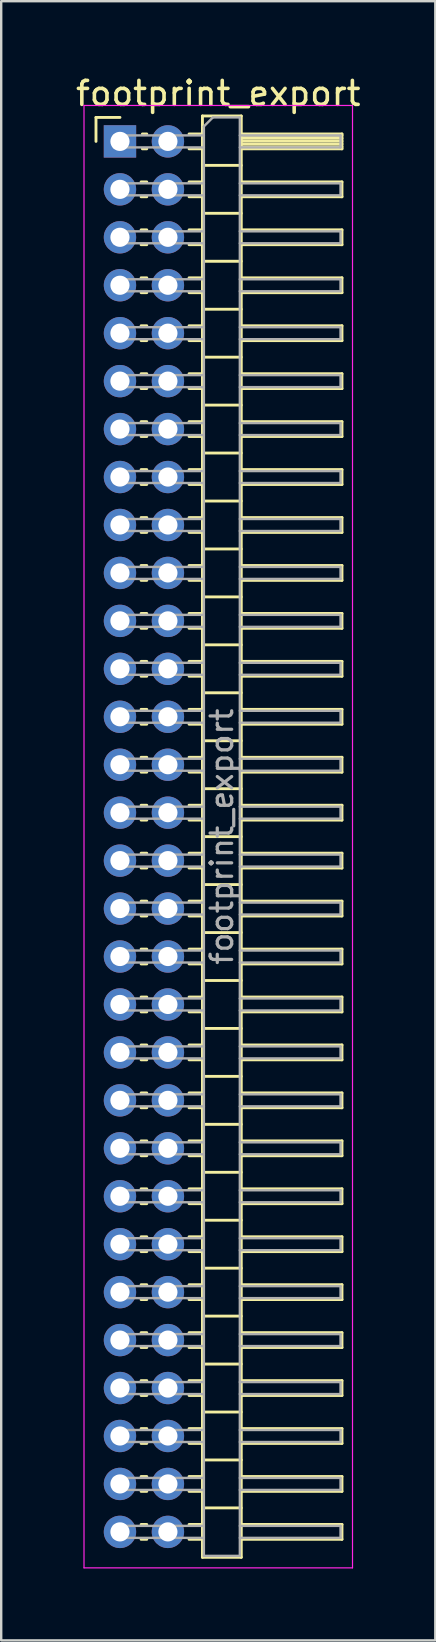
<source format=kicad_pcb>
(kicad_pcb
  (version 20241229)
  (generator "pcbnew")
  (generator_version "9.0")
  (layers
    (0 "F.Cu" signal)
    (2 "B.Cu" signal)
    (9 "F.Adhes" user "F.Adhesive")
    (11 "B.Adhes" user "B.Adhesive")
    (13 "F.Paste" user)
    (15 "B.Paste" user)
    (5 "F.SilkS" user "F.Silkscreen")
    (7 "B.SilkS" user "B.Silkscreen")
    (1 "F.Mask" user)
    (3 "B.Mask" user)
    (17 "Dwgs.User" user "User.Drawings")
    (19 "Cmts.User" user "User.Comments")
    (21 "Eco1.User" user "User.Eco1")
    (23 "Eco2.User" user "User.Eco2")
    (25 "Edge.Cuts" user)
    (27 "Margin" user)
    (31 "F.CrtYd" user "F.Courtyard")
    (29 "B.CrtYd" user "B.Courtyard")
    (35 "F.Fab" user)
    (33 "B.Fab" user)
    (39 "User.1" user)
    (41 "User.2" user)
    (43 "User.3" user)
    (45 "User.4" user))
  (footprint "footprint_export"
    (layer "F.Cu")
    (at 1.954 2.848)
    (property "Reference" "footprint_export" (at 4.1 -2 0) (layer "F.SilkS") (effects (font (size 1 1) (thickness 0.15))))
    (attr through_hole)
    (fp_line (start -1 -1) (end 0 -1) (stroke (width 0.12) (type solid)) (layer "F.SilkS"))
    (fp_line (start -1 0) (end -1 -1) (stroke (width 0.12) (type solid)) (layer "F.SilkS"))
    (fp_line (start 0.882 1.69) (end 1.118 1.69) (stroke (width 0.12) (type solid)) (layer "F.SilkS"))
    (fp_line (start 0.882 2.31) (end 1.118 2.31) (stroke (width 0.12) (type solid)) (layer "F.SilkS"))
    (fp_line (start 0.882 3.69) (end 1.118 3.69) (stroke (width 0.12) (type solid)) (layer "F.SilkS"))
    (fp_line (start 0.882 4.31) (end 1.118 4.31) (stroke (width 0.12) (type solid)) (layer "F.SilkS"))
    (fp_line (start 0.882 5.69) (end 1.118 5.69) (stroke (width 0.12) (type solid)) (layer "F.SilkS"))
    (fp_line (start 0.882 6.31) (end 1.118 6.31) (stroke (width 0.12) (type solid)) (layer "F.SilkS"))
    (fp_line (start 0.882 7.69) (end 1.118 7.69) (stroke (width 0.12) (type solid)) (layer "F.SilkS"))
    (fp_line (start 0.882 8.31) (end 1.118 8.31) (stroke (width 0.12) (type solid)) (layer "F.SilkS"))
    (fp_line (start 0.882 9.69) (end 1.118 9.69) (stroke (width 0.12) (type solid)) (layer "F.SilkS"))
    (fp_line (start 0.882 10.31) (end 1.118 10.31) (stroke (width 0.12) (type solid)) (layer "F.SilkS"))
    (fp_line (start 0.882 11.69) (end 1.118 11.69) (stroke (width 0.12) (type solid)) (layer "F.SilkS"))
    (fp_line (start 0.882 12.31) (end 1.118 12.31) (stroke (width 0.12) (type solid)) (layer "F.SilkS"))
    (fp_line (start 0.882 13.69) (end 1.118 13.69) (stroke (width 0.12) (type solid)) (layer "F.SilkS"))
    (fp_line (start 0.882 14.31) (end 1.118 14.31) (stroke (width 0.12) (type solid)) (layer "F.SilkS"))
    (fp_line (start 0.882 15.69) (end 1.118 15.69) (stroke (width 0.12) (type solid)) (layer "F.SilkS"))
    (fp_line (start 0.882 16.31) (end 1.118 16.31) (stroke (width 0.12) (type solid)) (layer "F.SilkS"))
    (fp_line (start 0.882 17.69) (end 1.118 17.69) (stroke (width 0.12) (type solid)) (layer "F.SilkS"))
    (fp_line (start 0.882 18.31) (end 1.118 18.31) (stroke (width 0.12) (type solid)) (layer "F.SilkS"))
    (fp_line (start 0.882 19.69) (end 1.118 19.69) (stroke (width 0.12) (type solid)) (layer "F.SilkS"))
    (fp_line (start 0.882 20.31) (end 1.118 20.31) (stroke (width 0.12) (type solid)) (layer "F.SilkS"))
    (fp_line (start 0.882 21.69) (end 1.118 21.69) (stroke (width 0.12) (type solid)) (layer "F.SilkS"))
    (fp_line (start 0.882 22.31) (end 1.118 22.31) (stroke (width 0.12) (type solid)) (layer "F.SilkS"))
    (fp_line (start 0.882 23.69) (end 1.118 23.69) (stroke (width 0.12) (type solid)) (layer "F.SilkS"))
    (fp_line (start 0.882 24.31) (end 1.118 24.31) (stroke (width 0.12) (type solid)) (layer "F.SilkS"))
    (fp_line (start 0.882 25.69) (end 1.118 25.69) (stroke (width 0.12) (type solid)) (layer "F.SilkS"))
    (fp_line (start 0.882 26.31) (end 1.118 26.31) (stroke (width 0.12) (type solid)) (layer "F.SilkS"))
    (fp_line (start 0.882 27.69) (end 1.118 27.69) (stroke (width 0.12) (type solid)) (layer "F.SilkS"))
    (fp_line (start 0.882 28.31) (end 1.118 28.31) (stroke (width 0.12) (type solid)) (layer "F.SilkS"))
    (fp_line (start 0.882 29.69) (end 1.118 29.69) (stroke (width 0.12) (type solid)) (layer "F.SilkS"))
    (fp_line (start 0.882 30.31) (end 1.118 30.31) (stroke (width 0.12) (type solid)) (layer "F.SilkS"))
    (fp_line (start 0.882 31.69) (end 1.118 31.69) (stroke (width 0.12) (type solid)) (layer "F.SilkS"))
    (fp_line (start 0.882 32.31) (end 1.118 32.31) (stroke (width 0.12) (type solid)) (layer "F.SilkS"))
    (fp_line (start 0.882 33.69) (end 1.118 33.69) (stroke (width 0.12) (type solid)) (layer "F.SilkS"))
    (fp_line (start 0.882 34.31) (end 1.118 34.31) (stroke (width 0.12) (type solid)) (layer "F.SilkS"))
    (fp_line (start 0.882 35.69) (end 1.118 35.69) (stroke (width 0.12) (type solid)) (layer "F.SilkS"))
    (fp_line (start 0.882 36.31) (end 1.118 36.31) (stroke (width 0.12) (type solid)) (layer "F.SilkS"))
    (fp_line (start 0.882 37.69) (end 1.118 37.69) (stroke (width 0.12) (type solid)) (layer "F.SilkS"))
    (fp_line (start 0.882 38.31) (end 1.118 38.31) (stroke (width 0.12) (type solid)) (layer "F.SilkS"))
    (fp_line (start 0.882 39.69) (end 1.118 39.69) (stroke (width 0.12) (type solid)) (layer "F.SilkS"))
    (fp_line (start 0.882 40.31) (end 1.118 40.31) (stroke (width 0.12) (type solid)) (layer "F.SilkS"))
    (fp_line (start 0.882 41.69) (end 1.118 41.69) (stroke (width 0.12) (type solid)) (layer "F.SilkS"))
    (fp_line (start 0.882 42.31) (end 1.118 42.31) (stroke (width 0.12) (type solid)) (layer "F.SilkS"))
    (fp_line (start 0.882 43.69) (end 1.118 43.69) (stroke (width 0.12) (type solid)) (layer "F.SilkS"))
    (fp_line (start 0.882 44.31) (end 1.118 44.31) (stroke (width 0.12) (type solid)) (layer "F.SilkS"))
    (fp_line (start 0.882 45.69) (end 1.118 45.69) (stroke (width 0.12) (type solid)) (layer "F.SilkS"))
    (fp_line (start 0.882 46.31) (end 1.118 46.31) (stroke (width 0.12) (type solid)) (layer "F.SilkS"))
    (fp_line (start 0.882 47.69) (end 1.118 47.69) (stroke (width 0.12) (type solid)) (layer "F.SilkS"))
    (fp_line (start 0.882 48.31) (end 1.118 48.31) (stroke (width 0.12) (type solid)) (layer "F.SilkS"))
    (fp_line (start 0.882 49.69) (end 1.118 49.69) (stroke (width 0.12) (type solid)) (layer "F.SilkS"))
    (fp_line (start 0.882 50.31) (end 1.118 50.31) (stroke (width 0.12) (type solid)) (layer "F.SilkS"))
    (fp_line (start 0.882 51.69) (end 1.118 51.69) (stroke (width 0.12) (type solid)) (layer "F.SilkS"))
    (fp_line (start 0.882 52.31) (end 1.118 52.31) (stroke (width 0.12) (type solid)) (layer "F.SilkS"))
    (fp_line (start 0.882 53.69) (end 1.118 53.69) (stroke (width 0.12) (type solid)) (layer "F.SilkS"))
    (fp_line (start 0.882 54.31) (end 1.118 54.31) (stroke (width 0.12) (type solid)) (layer "F.SilkS"))
    (fp_line (start 0.882 55.69) (end 1.118 55.69) (stroke (width 0.12) (type solid)) (layer "F.SilkS"))
    (fp_line (start 0.882 56.31) (end 1.118 56.31) (stroke (width 0.12) (type solid)) (layer "F.SilkS"))
    (fp_line (start 0.882 57.69) (end 1.118 57.69) (stroke (width 0.12) (type solid)) (layer "F.SilkS"))
    (fp_line (start 0.882 58.31) (end 1.118 58.31) (stroke (width 0.12) (type solid)) (layer "F.SilkS"))
    (fp_line (start 0.935 -0.31) (end 1.118 -0.31) (stroke (width 0.12) (type solid)) (layer "F.SilkS"))
    (fp_line (start 0.935 0.31) (end 1.118 0.31) (stroke (width 0.12) (type solid)) (layer "F.SilkS"))
    (fp_line (start 2.882 -0.31) (end 3.44 -0.31) (stroke (width 0.12) (type solid)) (layer "F.SilkS"))
    (fp_line (start 2.882 0.31) (end 3.44 0.31) (stroke (width 0.12) (type solid)) (layer "F.SilkS"))
    (fp_line (start 2.882 1.69) (end 3.44 1.69) (stroke (width 0.12) (type solid)) (layer "F.SilkS"))
    (fp_line (start 2.882 2.31) (end 3.44 2.31) (stroke (width 0.12) (type solid)) (layer "F.SilkS"))
    (fp_line (start 2.882 3.69) (end 3.44 3.69) (stroke (width 0.12) (type solid)) (layer "F.SilkS"))
    (fp_line (start 2.882 4.31) (end 3.44 4.31) (stroke (width 0.12) (type solid)) (layer "F.SilkS"))
    (fp_line (start 2.882 5.69) (end 3.44 5.69) (stroke (width 0.12) (type solid)) (layer "F.SilkS"))
    (fp_line (start 2.882 6.31) (end 3.44 6.31) (stroke (width 0.12) (type solid)) (layer "F.SilkS"))
    (fp_line (start 2.882 7.69) (end 3.44 7.69) (stroke (width 0.12) (type solid)) (layer "F.SilkS"))
    (fp_line (start 2.882 8.31) (end 3.44 8.31) (stroke (width 0.12) (type solid)) (layer "F.SilkS"))
    (fp_line (start 2.882 9.69) (end 3.44 9.69) (stroke (width 0.12) (type solid)) (layer "F.SilkS"))
    (fp_line (start 2.882 10.31) (end 3.44 10.31) (stroke (width 0.12) (type solid)) (layer "F.SilkS"))
    (fp_line (start 2.882 11.69) (end 3.44 11.69) (stroke (width 0.12) (type solid)) (layer "F.SilkS"))
    (fp_line (start 2.882 12.31) (end 3.44 12.31) (stroke (width 0.12) (type solid)) (layer "F.SilkS"))
    (fp_line (start 2.882 13.69) (end 3.44 13.69) (stroke (width 0.12) (type solid)) (layer "F.SilkS"))
    (fp_line (start 2.882 14.31) (end 3.44 14.31) (stroke (width 0.12) (type solid)) (layer "F.SilkS"))
    (fp_line (start 2.882 15.69) (end 3.44 15.69) (stroke (width 0.12) (type solid)) (layer "F.SilkS"))
    (fp_line (start 2.882 16.31) (end 3.44 16.31) (stroke (width 0.12) (type solid)) (layer "F.SilkS"))
    (fp_line (start 2.882 17.69) (end 3.44 17.69) (stroke (width 0.12) (type solid)) (layer "F.SilkS"))
    (fp_line (start 2.882 18.31) (end 3.44 18.31) (stroke (width 0.12) (type solid)) (layer "F.SilkS"))
    (fp_line (start 2.882 19.69) (end 3.44 19.69) (stroke (width 0.12) (type solid)) (layer "F.SilkS"))
    (fp_line (start 2.882 20.31) (end 3.44 20.31) (stroke (width 0.12) (type solid)) (layer "F.SilkS"))
    (fp_line (start 2.882 21.69) (end 3.44 21.69) (stroke (width 0.12) (type solid)) (layer "F.SilkS"))
    (fp_line (start 2.882 22.31) (end 3.44 22.31) (stroke (width 0.12) (type solid)) (layer "F.SilkS"))
    (fp_line (start 2.882 23.69) (end 3.44 23.69) (stroke (width 0.12) (type solid)) (layer "F.SilkS"))
    (fp_line (start 2.882 24.31) (end 3.44 24.31) (stroke (width 0.12) (type solid)) (layer "F.SilkS"))
    (fp_line (start 2.882 25.69) (end 3.44 25.69) (stroke (width 0.12) (type solid)) (layer "F.SilkS"))
    (fp_line (start 2.882 26.31) (end 3.44 26.31) (stroke (width 0.12) (type solid)) (layer "F.SilkS"))
    (fp_line (start 2.882 27.69) (end 3.44 27.69) (stroke (width 0.12) (type solid)) (layer "F.SilkS"))
    (fp_line (start 2.882 28.31) (end 3.44 28.31) (stroke (width 0.12) (type solid)) (layer "F.SilkS"))
    (fp_line (start 2.882 29.69) (end 3.44 29.69) (stroke (width 0.12) (type solid)) (layer "F.SilkS"))
    (fp_line (start 2.882 30.31) (end 3.44 30.31) (stroke (width 0.12) (type solid)) (layer "F.SilkS"))
    (fp_line (start 2.882 31.69) (end 3.44 31.69) (stroke (width 0.12) (type solid)) (layer "F.SilkS"))
    (fp_line (start 2.882 32.31) (end 3.44 32.31) (stroke (width 0.12) (type solid)) (layer "F.SilkS"))
    (fp_line (start 2.882 33.69) (end 3.44 33.69) (stroke (width 0.12) (type solid)) (layer "F.SilkS"))
    (fp_line (start 2.882 34.31) (end 3.44 34.31) (stroke (width 0.12) (type solid)) (layer "F.SilkS"))
    (fp_line (start 2.882 35.69) (end 3.44 35.69) (stroke (width 0.12) (type solid)) (layer "F.SilkS"))
    (fp_line (start 2.882 36.31) (end 3.44 36.31) (stroke (width 0.12) (type solid)) (layer "F.SilkS"))
    (fp_line (start 2.882 37.69) (end 3.44 37.69) (stroke (width 0.12) (type solid)) (layer "F.SilkS"))
    (fp_line (start 2.882 38.31) (end 3.44 38.31) (stroke (width 0.12) (type solid)) (layer "F.SilkS"))
    (fp_line (start 2.882 39.69) (end 3.44 39.69) (stroke (width 0.12) (type solid)) (layer "F.SilkS"))
    (fp_line (start 2.882 40.31) (end 3.44 40.31) (stroke (width 0.12) (type solid)) (layer "F.SilkS"))
    (fp_line (start 2.882 41.69) (end 3.44 41.69) (stroke (width 0.12) (type solid)) (layer "F.SilkS"))
    (fp_line (start 2.882 42.31) (end 3.44 42.31) (stroke (width 0.12) (type solid)) (layer "F.SilkS"))
    (fp_line (start 2.882 43.69) (end 3.44 43.69) (stroke (width 0.12) (type solid)) (layer "F.SilkS"))
    (fp_line (start 2.882 44.31) (end 3.44 44.31) (stroke (width 0.12) (type solid)) (layer "F.SilkS"))
    (fp_line (start 2.882 45.69) (end 3.44 45.69) (stroke (width 0.12) (type solid)) (layer "F.SilkS"))
    (fp_line (start 2.882 46.31) (end 3.44 46.31) (stroke (width 0.12) (type solid)) (layer "F.SilkS"))
    (fp_line (start 2.882 47.69) (end 3.44 47.69) (stroke (width 0.12) (type solid)) (layer "F.SilkS"))
    (fp_line (start 2.882 48.31) (end 3.44 48.31) (stroke (width 0.12) (type solid)) (layer "F.SilkS"))
    (fp_line (start 2.882 49.69) (end 3.44 49.69) (stroke (width 0.12) (type solid)) (layer "F.SilkS"))
    (fp_line (start 2.882 50.31) (end 3.44 50.31) (stroke (width 0.12) (type solid)) (layer "F.SilkS"))
    (fp_line (start 2.882 51.69) (end 3.44 51.69) (stroke (width 0.12) (type solid)) (layer "F.SilkS"))
    (fp_line (start 2.882 52.31) (end 3.44 52.31) (stroke (width 0.12) (type solid)) (layer "F.SilkS"))
    (fp_line (start 2.882 53.69) (end 3.44 53.69) (stroke (width 0.12) (type solid)) (layer "F.SilkS"))
    (fp_line (start 2.882 54.31) (end 3.44 54.31) (stroke (width 0.12) (type solid)) (layer "F.SilkS"))
    (fp_line (start 2.882 55.69) (end 3.44 55.69) (stroke (width 0.12) (type solid)) (layer "F.SilkS"))
    (fp_line (start 2.882 56.31) (end 3.44 56.31) (stroke (width 0.12) (type solid)) (layer "F.SilkS"))
    (fp_line (start 2.882 57.69) (end 3.44 57.69) (stroke (width 0.12) (type solid)) (layer "F.SilkS"))
    (fp_line (start 2.882 58.31) (end 3.44 58.31) (stroke (width 0.12) (type solid)) (layer "F.SilkS"))
    (fp_line (start 3.44 -1.06) (end 3.44 59.06) (stroke (width 0.12) (type solid)) (layer "F.SilkS"))
    (fp_line (start 3.44 1) (end 5.06 1) (stroke (width 0.12) (type solid)) (layer "F.SilkS"))
    (fp_line (start 3.44 3) (end 5.06 3) (stroke (width 0.12) (type solid)) (layer "F.SilkS"))
    (fp_line (start 3.44 5) (end 5.06 5) (stroke (width 0.12) (type solid)) (layer "F.SilkS"))
    (fp_line (start 3.44 7) (end 5.06 7) (stroke (width 0.12) (type solid)) (layer "F.SilkS"))
    (fp_line (start 3.44 9) (end 5.06 9) (stroke (width 0.12) (type solid)) (layer "F.SilkS"))
    (fp_line (start 3.44 11) (end 5.06 11) (stroke (width 0.12) (type solid)) (layer "F.SilkS"))
    (fp_line (start 3.44 13) (end 5.06 13) (stroke (width 0.12) (type solid)) (layer "F.SilkS"))
    (fp_line (start 3.44 15) (end 5.06 15) (stroke (width 0.12) (type solid)) (layer "F.SilkS"))
    (fp_line (start 3.44 17) (end 5.06 17) (stroke (width 0.12) (type solid)) (layer "F.SilkS"))
    (fp_line (start 3.44 19) (end 5.06 19) (stroke (width 0.12) (type solid)) (layer "F.SilkS"))
    (fp_line (start 3.44 21) (end 5.06 21) (stroke (width 0.12) (type solid)) (layer "F.SilkS"))
    (fp_line (start 3.44 23) (end 5.06 23) (stroke (width 0.12) (type solid)) (layer "F.SilkS"))
    (fp_line (start 3.44 25) (end 5.06 25) (stroke (width 0.12) (type solid)) (layer "F.SilkS"))
    (fp_line (start 3.44 27) (end 5.06 27) (stroke (width 0.12) (type solid)) (layer "F.SilkS"))
    (fp_line (start 3.44 29) (end 5.06 29) (stroke (width 0.12) (type solid)) (layer "F.SilkS"))
    (fp_line (start 3.44 31) (end 5.06 31) (stroke (width 0.12) (type solid)) (layer "F.SilkS"))
    (fp_line (start 3.44 33) (end 5.06 33) (stroke (width 0.12) (type solid)) (layer "F.SilkS"))
    (fp_line (start 3.44 35) (end 5.06 35) (stroke (width 0.12) (type solid)) (layer "F.SilkS"))
    (fp_line (start 3.44 37) (end 5.06 37) (stroke (width 0.12) (type solid)) (layer "F.SilkS"))
    (fp_line (start 3.44 39) (end 5.06 39) (stroke (width 0.12) (type solid)) (layer "F.SilkS"))
    (fp_line (start 3.44 41) (end 5.06 41) (stroke (width 0.12) (type solid)) (layer "F.SilkS"))
    (fp_line (start 3.44 43) (end 5.06 43) (stroke (width 0.12) (type solid)) (layer "F.SilkS"))
    (fp_line (start 3.44 45) (end 5.06 45) (stroke (width 0.12) (type solid)) (layer "F.SilkS"))
    (fp_line (start 3.44 47) (end 5.06 47) (stroke (width 0.12) (type solid)) (layer "F.SilkS"))
    (fp_line (start 3.44 49) (end 5.06 49) (stroke (width 0.12) (type solid)) (layer "F.SilkS"))
    (fp_line (start 3.44 51) (end 5.06 51) (stroke (width 0.12) (type solid)) (layer "F.SilkS"))
    (fp_line (start 3.44 53) (end 5.06 53) (stroke (width 0.12) (type solid)) (layer "F.SilkS"))
    (fp_line (start 3.44 55) (end 5.06 55) (stroke (width 0.12) (type solid)) (layer "F.SilkS"))
    (fp_line (start 3.44 57) (end 5.06 57) (stroke (width 0.12) (type solid)) (layer "F.SilkS"))
    (fp_line (start 3.44 59.06) (end 5.06 59.06) (stroke (width 0.12) (type solid)) (layer "F.SilkS"))
    (fp_line (start 5.06 -1.06) (end 3.44 -1.06) (stroke (width 0.12) (type solid)) (layer "F.SilkS"))
    (fp_line (start 5.06 -0.31) (end 9.26 -0.31) (stroke (width 0.12) (type solid)) (layer "F.SilkS"))
    (fp_line (start 5.06 -0.25) (end 9.26 -0.25) (stroke (width 0.12) (type solid)) (layer "F.SilkS"))
    (fp_line (start 5.06 -0.13) (end 9.26 -0.13) (stroke (width 0.12) (type solid)) (layer "F.SilkS"))
    (fp_line (start 5.06 -0.01) (end 9.26 -0.01) (stroke (width 0.12) (type solid)) (layer "F.SilkS"))
    (fp_line (start 5.06 0.11) (end 9.26 0.11) (stroke (width 0.12) (type solid)) (layer "F.SilkS"))
    (fp_line (start 5.06 0.23) (end 9.26 0.23) (stroke (width 0.12) (type solid)) (layer "F.SilkS"))
    (fp_line (start 5.06 1.69) (end 9.26 1.69) (stroke (width 0.12) (type solid)) (layer "F.SilkS"))
    (fp_line (start 5.06 3.69) (end 9.26 3.69) (stroke (width 0.12) (type solid)) (layer "F.SilkS"))
    (fp_line (start 5.06 5.69) (end 9.26 5.69) (stroke (width 0.12) (type solid)) (layer "F.SilkS"))
    (fp_line (start 5.06 7.69) (end 9.26 7.69) (stroke (width 0.12) (type solid)) (layer "F.SilkS"))
    (fp_line (start 5.06 9.69) (end 9.26 9.69) (stroke (width 0.12) (type solid)) (layer "F.SilkS"))
    (fp_line (start 5.06 11.69) (end 9.26 11.69) (stroke (width 0.12) (type solid)) (layer "F.SilkS"))
    (fp_line (start 5.06 13.69) (end 9.26 13.69) (stroke (width 0.12) (type solid)) (layer "F.SilkS"))
    (fp_line (start 5.06 15.69) (end 9.26 15.69) (stroke (width 0.12) (type solid)) (layer "F.SilkS"))
    (fp_line (start 5.06 17.69) (end 9.26 17.69) (stroke (width 0.12) (type solid)) (layer "F.SilkS"))
    (fp_line (start 5.06 19.69) (end 9.26 19.69) (stroke (width 0.12) (type solid)) (layer "F.SilkS"))
    (fp_line (start 5.06 21.69) (end 9.26 21.69) (stroke (width 0.12) (type solid)) (layer "F.SilkS"))
    (fp_line (start 5.06 23.69) (end 9.26 23.69) (stroke (width 0.12) (type solid)) (layer "F.SilkS"))
    (fp_line (start 5.06 25.69) (end 9.26 25.69) (stroke (width 0.12) (type solid)) (layer "F.SilkS"))
    (fp_line (start 5.06 27.69) (end 9.26 27.69) (stroke (width 0.12) (type solid)) (layer "F.SilkS"))
    (fp_line (start 5.06 29.69) (end 9.26 29.69) (stroke (width 0.12) (type solid)) (layer "F.SilkS"))
    (fp_line (start 5.06 31.69) (end 9.26 31.69) (stroke (width 0.12) (type solid)) (layer "F.SilkS"))
    (fp_line (start 5.06 33.69) (end 9.26 33.69) (stroke (width 0.12) (type solid)) (layer "F.SilkS"))
    (fp_line (start 5.06 35.69) (end 9.26 35.69) (stroke (width 0.12) (type solid)) (layer "F.SilkS"))
    (fp_line (start 5.06 37.69) (end 9.26 37.69) (stroke (width 0.12) (type solid)) (layer "F.SilkS"))
    (fp_line (start 5.06 39.69) (end 9.26 39.69) (stroke (width 0.12) (type solid)) (layer "F.SilkS"))
    (fp_line (start 5.06 41.69) (end 9.26 41.69) (stroke (width 0.12) (type solid)) (layer "F.SilkS"))
    (fp_line (start 5.06 43.69) (end 9.26 43.69) (stroke (width 0.12) (type solid)) (layer "F.SilkS"))
    (fp_line (start 5.06 45.69) (end 9.26 45.69) (stroke (width 0.12) (type solid)) (layer "F.SilkS"))
    (fp_line (start 5.06 47.69) (end 9.26 47.69) (stroke (width 0.12) (type solid)) (layer "F.SilkS"))
    (fp_line (start 5.06 49.69) (end 9.26 49.69) (stroke (width 0.12) (type solid)) (layer "F.SilkS"))
    (fp_line (start 5.06 51.69) (end 9.26 51.69) (stroke (width 0.12) (type solid)) (layer "F.SilkS"))
    (fp_line (start 5.06 53.69) (end 9.26 53.69) (stroke (width 0.12) (type solid)) (layer "F.SilkS"))
    (fp_line (start 5.06 55.69) (end 9.26 55.69) (stroke (width 0.12) (type solid)) (layer "F.SilkS"))
    (fp_line (start 5.06 57.69) (end 9.26 57.69) (stroke (width 0.12) (type solid)) (layer "F.SilkS"))
    (fp_line (start 5.06 59.06) (end 5.06 -1.06) (stroke (width 0.12) (type solid)) (layer "F.SilkS"))
    (fp_line (start 9.26 -0.31) (end 9.26 0.31) (stroke (width 0.12) (type solid)) (layer "F.SilkS"))
    (fp_line (start 9.26 0.31) (end 5.06 0.31) (stroke (width 0.12) (type solid)) (layer "F.SilkS"))
    (fp_line (start 9.26 1.69) (end 9.26 2.31) (stroke (width 0.12) (type solid)) (layer "F.SilkS"))
    (fp_line (start 9.26 2.31) (end 5.06 2.31) (stroke (width 0.12) (type solid)) (layer "F.SilkS"))
    (fp_line (start 9.26 3.69) (end 9.26 4.31) (stroke (width 0.12) (type solid)) (layer "F.SilkS"))
    (fp_line (start 9.26 4.31) (end 5.06 4.31) (stroke (width 0.12) (type solid)) (layer "F.SilkS"))
    (fp_line (start 9.26 5.69) (end 9.26 6.31) (stroke (width 0.12) (type solid)) (layer "F.SilkS"))
    (fp_line (start 9.26 6.31) (end 5.06 6.31) (stroke (width 0.12) (type solid)) (layer "F.SilkS"))
    (fp_line (start 9.26 7.69) (end 9.26 8.31) (stroke (width 0.12) (type solid)) (layer "F.SilkS"))
    (fp_line (start 9.26 8.31) (end 5.06 8.31) (stroke (width 0.12) (type solid)) (layer "F.SilkS"))
    (fp_line (start 9.26 9.69) (end 9.26 10.31) (stroke (width 0.12) (type solid)) (layer "F.SilkS"))
    (fp_line (start 9.26 10.31) (end 5.06 10.31) (stroke (width 0.12) (type solid)) (layer "F.SilkS"))
    (fp_line (start 9.26 11.69) (end 9.26 12.31) (stroke (width 0.12) (type solid)) (layer "F.SilkS"))
    (fp_line (start 9.26 12.31) (end 5.06 12.31) (stroke (width 0.12) (type solid)) (layer "F.SilkS"))
    (fp_line (start 9.26 13.69) (end 9.26 14.31) (stroke (width 0.12) (type solid)) (layer "F.SilkS"))
    (fp_line (start 9.26 14.31) (end 5.06 14.31) (stroke (width 0.12) (type solid)) (layer "F.SilkS"))
    (fp_line (start 9.26 15.69) (end 9.26 16.31) (stroke (width 0.12) (type solid)) (layer "F.SilkS"))
    (fp_line (start 9.26 16.31) (end 5.06 16.31) (stroke (width 0.12) (type solid)) (layer "F.SilkS"))
    (fp_line (start 9.26 17.69) (end 9.26 18.31) (stroke (width 0.12) (type solid)) (layer "F.SilkS"))
    (fp_line (start 9.26 18.31) (end 5.06 18.31) (stroke (width 0.12) (type solid)) (layer "F.SilkS"))
    (fp_line (start 9.26 19.69) (end 9.26 20.31) (stroke (width 0.12) (type solid)) (layer "F.SilkS"))
    (fp_line (start 9.26 20.31) (end 5.06 20.31) (stroke (width 0.12) (type solid)) (layer "F.SilkS"))
    (fp_line (start 9.26 21.69) (end 9.26 22.31) (stroke (width 0.12) (type solid)) (layer "F.SilkS"))
    (fp_line (start 9.26 22.31) (end 5.06 22.31) (stroke (width 0.12) (type solid)) (layer "F.SilkS"))
    (fp_line (start 9.26 23.69) (end 9.26 24.31) (stroke (width 0.12) (type solid)) (layer "F.SilkS"))
    (fp_line (start 9.26 24.31) (end 5.06 24.31) (stroke (width 0.12) (type solid)) (layer "F.SilkS"))
    (fp_line (start 9.26 25.69) (end 9.26 26.31) (stroke (width 0.12) (type solid)) (layer "F.SilkS"))
    (fp_line (start 9.26 26.31) (end 5.06 26.31) (stroke (width 0.12) (type solid)) (layer "F.SilkS"))
    (fp_line (start 9.26 27.69) (end 9.26 28.31) (stroke (width 0.12) (type solid)) (layer "F.SilkS"))
    (fp_line (start 9.26 28.31) (end 5.06 28.31) (stroke (width 0.12) (type solid)) (layer "F.SilkS"))
    (fp_line (start 9.26 29.69) (end 9.26 30.31) (stroke (width 0.12) (type solid)) (layer "F.SilkS"))
    (fp_line (start 9.26 30.31) (end 5.06 30.31) (stroke (width 0.12) (type solid)) (layer "F.SilkS"))
    (fp_line (start 9.26 31.69) (end 9.26 32.31) (stroke (width 0.12) (type solid)) (layer "F.SilkS"))
    (fp_line (start 9.26 32.31) (end 5.06 32.31) (stroke (width 0.12) (type solid)) (layer "F.SilkS"))
    (fp_line (start 9.26 33.69) (end 9.26 34.31) (stroke (width 0.12) (type solid)) (layer "F.SilkS"))
    (fp_line (start 9.26 34.31) (end 5.06 34.31) (stroke (width 0.12) (type solid)) (layer "F.SilkS"))
    (fp_line (start 9.26 35.69) (end 9.26 36.31) (stroke (width 0.12) (type solid)) (layer "F.SilkS"))
    (fp_line (start 9.26 36.31) (end 5.06 36.31) (stroke (width 0.12) (type solid)) (layer "F.SilkS"))
    (fp_line (start 9.26 37.69) (end 9.26 38.31) (stroke (width 0.12) (type solid)) (layer "F.SilkS"))
    (fp_line (start 9.26 38.31) (end 5.06 38.31) (stroke (width 0.12) (type solid)) (layer "F.SilkS"))
    (fp_line (start 9.26 39.69) (end 9.26 40.31) (stroke (width 0.12) (type solid)) (layer "F.SilkS"))
    (fp_line (start 9.26 40.31) (end 5.06 40.31) (stroke (width 0.12) (type solid)) (layer "F.SilkS"))
    (fp_line (start 9.26 41.69) (end 9.26 42.31) (stroke (width 0.12) (type solid)) (layer "F.SilkS"))
    (fp_line (start 9.26 42.31) (end 5.06 42.31) (stroke (width 0.12) (type solid)) (layer "F.SilkS"))
    (fp_line (start 9.26 43.69) (end 9.26 44.31) (stroke (width 0.12) (type solid)) (layer "F.SilkS"))
    (fp_line (start 9.26 44.31) (end 5.06 44.31) (stroke (width 0.12) (type solid)) (layer "F.SilkS"))
    (fp_line (start 9.26 45.69) (end 9.26 46.31) (stroke (width 0.12) (type solid)) (layer "F.SilkS"))
    (fp_line (start 9.26 46.31) (end 5.06 46.31) (stroke (width 0.12) (type solid)) (layer "F.SilkS"))
    (fp_line (start 9.26 47.69) (end 9.26 48.31) (stroke (width 0.12) (type solid)) (layer "F.SilkS"))
    (fp_line (start 9.26 48.31) (end 5.06 48.31) (stroke (width 0.12) (type solid)) (layer "F.SilkS"))
    (fp_line (start 9.26 49.69) (end 9.26 50.31) (stroke (width 0.12) (type solid)) (layer "F.SilkS"))
    (fp_line (start 9.26 50.31) (end 5.06 50.31) (stroke (width 0.12) (type solid)) (layer "F.SilkS"))
    (fp_line (start 9.26 51.69) (end 9.26 52.31) (stroke (width 0.12) (type solid)) (layer "F.SilkS"))
    (fp_line (start 9.26 52.31) (end 5.06 52.31) (stroke (width 0.12) (type solid)) (layer "F.SilkS"))
    (fp_line (start 9.26 53.69) (end 9.26 54.31) (stroke (width 0.12) (type solid)) (layer "F.SilkS"))
    (fp_line (start 9.26 54.31) (end 5.06 54.31) (stroke (width 0.12) (type solid)) (layer "F.SilkS"))
    (fp_line (start 9.26 55.69) (end 9.26 56.31) (stroke (width 0.12) (type solid)) (layer "F.SilkS"))
    (fp_line (start 9.26 56.31) (end 5.06 56.31) (stroke (width 0.12) (type solid)) (layer "F.SilkS"))
    (fp_line (start 9.26 57.69) (end 9.26 58.31) (stroke (width 0.12) (type solid)) (layer "F.SilkS"))
    (fp_line (start 9.26 58.31) (end 5.06 58.31) (stroke (width 0.12) (type solid)) (layer "F.SilkS"))
    (fp_line (start -1.5 -1.5) (end -1.5 59.5) (stroke (width 0.05) (type solid)) (layer "F.CrtYd"))
    (fp_line (start -1.5 59.5) (end 9.7 59.5) (stroke (width 0.05) (type solid)) (layer "F.CrtYd"))
    (fp_line (start 9.7 -1.5) (end -1.5 -1.5) (stroke (width 0.05) (type solid)) (layer "F.CrtYd"))
    (fp_line (start 9.7 59.5) (end 9.7 -1.5) (stroke (width 0.05) (type solid)) (layer "F.CrtYd"))
    (fp_line (start -0.25 -0.25) (end -0.25 0.25) (stroke (width 0.1) (type solid)) (layer "F.Fab"))
    (fp_line (start -0.25 -0.25) (end 3.5 -0.25) (stroke (width 0.1) (type solid)) (layer "F.Fab"))
    (fp_line (start -0.25 0.25) (end 3.5 0.25) (stroke (width 0.1) (type solid)) (layer "F.Fab"))
    (fp_line (start -0.25 1.75) (end -0.25 2.25) (stroke (width 0.1) (type solid)) (layer "F.Fab"))
    (fp_line (start -0.25 1.75) (end 3.5 1.75) (stroke (width 0.1) (type solid)) (layer "F.Fab"))
    (fp_line (start -0.25 2.25) (end 3.5 2.25) (stroke (width 0.1) (type solid)) (layer "F.Fab"))
    (fp_line (start -0.25 3.75) (end -0.25 4.25) (stroke (width 0.1) (type solid)) (layer "F.Fab"))
    (fp_line (start -0.25 3.75) (end 3.5 3.75) (stroke (width 0.1) (type solid)) (layer "F.Fab"))
    (fp_line (start -0.25 4.25) (end 3.5 4.25) (stroke (width 0.1) (type solid)) (layer "F.Fab"))
    (fp_line (start -0.25 5.75) (end -0.25 6.25) (stroke (width 0.1) (type solid)) (layer "F.Fab"))
    (fp_line (start -0.25 5.75) (end 3.5 5.75) (stroke (width 0.1) (type solid)) (layer "F.Fab"))
    (fp_line (start -0.25 6.25) (end 3.5 6.25) (stroke (width 0.1) (type solid)) (layer "F.Fab"))
    (fp_line (start -0.25 7.75) (end -0.25 8.25) (stroke (width 0.1) (type solid)) (layer "F.Fab"))
    (fp_line (start -0.25 7.75) (end 3.5 7.75) (stroke (width 0.1) (type solid)) (layer "F.Fab"))
    (fp_line (start -0.25 8.25) (end 3.5 8.25) (stroke (width 0.1) (type solid)) (layer "F.Fab"))
    (fp_line (start -0.25 9.75) (end -0.25 10.25) (stroke (width 0.1) (type solid)) (layer "F.Fab"))
    (fp_line (start -0.25 9.75) (end 3.5 9.75) (stroke (width 0.1) (type solid)) (layer "F.Fab"))
    (fp_line (start -0.25 10.25) (end 3.5 10.25) (stroke (width 0.1) (type solid)) (layer "F.Fab"))
    (fp_line (start -0.25 11.75) (end -0.25 12.25) (stroke (width 0.1) (type solid)) (layer "F.Fab"))
    (fp_line (start -0.25 11.75) (end 3.5 11.75) (stroke (width 0.1) (type solid)) (layer "F.Fab"))
    (fp_line (start -0.25 12.25) (end 3.5 12.25) (stroke (width 0.1) (type solid)) (layer "F.Fab"))
    (fp_line (start -0.25 13.75) (end -0.25 14.25) (stroke (width 0.1) (type solid)) (layer "F.Fab"))
    (fp_line (start -0.25 13.75) (end 3.5 13.75) (stroke (width 0.1) (type solid)) (layer "F.Fab"))
    (fp_line (start -0.25 14.25) (end 3.5 14.25) (stroke (width 0.1) (type solid)) (layer "F.Fab"))
    (fp_line (start -0.25 15.75) (end -0.25 16.25) (stroke (width 0.1) (type solid)) (layer "F.Fab"))
    (fp_line (start -0.25 15.75) (end 3.5 15.75) (stroke (width 0.1) (type solid)) (layer "F.Fab"))
    (fp_line (start -0.25 16.25) (end 3.5 16.25) (stroke (width 0.1) (type solid)) (layer "F.Fab"))
    (fp_line (start -0.25 17.75) (end -0.25 18.25) (stroke (width 0.1) (type solid)) (layer "F.Fab"))
    (fp_line (start -0.25 17.75) (end 3.5 17.75) (stroke (width 0.1) (type solid)) (layer "F.Fab"))
    (fp_line (start -0.25 18.25) (end 3.5 18.25) (stroke (width 0.1) (type solid)) (layer "F.Fab"))
    (fp_line (start -0.25 19.75) (end -0.25 20.25) (stroke (width 0.1) (type solid)) (layer "F.Fab"))
    (fp_line (start -0.25 19.75) (end 3.5 19.75) (stroke (width 0.1) (type solid)) (layer "F.Fab"))
    (fp_line (start -0.25 20.25) (end 3.5 20.25) (stroke (width 0.1) (type solid)) (layer "F.Fab"))
    (fp_line (start -0.25 21.75) (end -0.25 22.25) (stroke (width 0.1) (type solid)) (layer "F.Fab"))
    (fp_line (start -0.25 21.75) (end 3.5 21.75) (stroke (width 0.1) (type solid)) (layer "F.Fab"))
    (fp_line (start -0.25 22.25) (end 3.5 22.25) (stroke (width 0.1) (type solid)) (layer "F.Fab"))
    (fp_line (start -0.25 23.75) (end -0.25 24.25) (stroke (width 0.1) (type solid)) (layer "F.Fab"))
    (fp_line (start -0.25 23.75) (end 3.5 23.75) (stroke (width 0.1) (type solid)) (layer "F.Fab"))
    (fp_line (start -0.25 24.25) (end 3.5 24.25) (stroke (width 0.1) (type solid)) (layer "F.Fab"))
    (fp_line (start -0.25 25.75) (end -0.25 26.25) (stroke (width 0.1) (type solid)) (layer "F.Fab"))
    (fp_line (start -0.25 25.75) (end 3.5 25.75) (stroke (width 0.1) (type solid)) (layer "F.Fab"))
    (fp_line (start -0.25 26.25) (end 3.5 26.25) (stroke (width 0.1) (type solid)) (layer "F.Fab"))
    (fp_line (start -0.25 27.75) (end -0.25 28.25) (stroke (width 0.1) (type solid)) (layer "F.Fab"))
    (fp_line (start -0.25 27.75) (end 3.5 27.75) (stroke (width 0.1) (type solid)) (layer "F.Fab"))
    (fp_line (start -0.25 28.25) (end 3.5 28.25) (stroke (width 0.1) (type solid)) (layer "F.Fab"))
    (fp_line (start -0.25 29.75) (end -0.25 30.25) (stroke (width 0.1) (type solid)) (layer "F.Fab"))
    (fp_line (start -0.25 29.75) (end 3.5 29.75) (stroke (width 0.1) (type solid)) (layer "F.Fab"))
    (fp_line (start -0.25 30.25) (end 3.5 30.25) (stroke (width 0.1) (type solid)) (layer "F.Fab"))
    (fp_line (start -0.25 31.75) (end -0.25 32.25) (stroke (width 0.1) (type solid)) (layer "F.Fab"))
    (fp_line (start -0.25 31.75) (end 3.5 31.75) (stroke (width 0.1) (type solid)) (layer "F.Fab"))
    (fp_line (start -0.25 32.25) (end 3.5 32.25) (stroke (width 0.1) (type solid)) (layer "F.Fab"))
    (fp_line (start -0.25 33.75) (end -0.25 34.25) (stroke (width 0.1) (type solid)) (layer "F.Fab"))
    (fp_line (start -0.25 33.75) (end 3.5 33.75) (stroke (width 0.1) (type solid)) (layer "F.Fab"))
    (fp_line (start -0.25 34.25) (end 3.5 34.25) (stroke (width 0.1) (type solid)) (layer "F.Fab"))
    (fp_line (start -0.25 35.75) (end -0.25 36.25) (stroke (width 0.1) (type solid)) (layer "F.Fab"))
    (fp_line (start -0.25 35.75) (end 3.5 35.75) (stroke (width 0.1) (type solid)) (layer "F.Fab"))
    (fp_line (start -0.25 36.25) (end 3.5 36.25) (stroke (width 0.1) (type solid)) (layer "F.Fab"))
    (fp_line (start -0.25 37.75) (end -0.25 38.25) (stroke (width 0.1) (type solid)) (layer "F.Fab"))
    (fp_line (start -0.25 37.75) (end 3.5 37.75) (stroke (width 0.1) (type solid)) (layer "F.Fab"))
    (fp_line (start -0.25 38.25) (end 3.5 38.25) (stroke (width 0.1) (type solid)) (layer "F.Fab"))
    (fp_line (start -0.25 39.75) (end -0.25 40.25) (stroke (width 0.1) (type solid)) (layer "F.Fab"))
    (fp_line (start -0.25 39.75) (end 3.5 39.75) (stroke (width 0.1) (type solid)) (layer "F.Fab"))
    (fp_line (start -0.25 40.25) (end 3.5 40.25) (stroke (width 0.1) (type solid)) (layer "F.Fab"))
    (fp_line (start -0.25 41.75) (end -0.25 42.25) (stroke (width 0.1) (type solid)) (layer "F.Fab"))
    (fp_line (start -0.25 41.75) (end 3.5 41.75) (stroke (width 0.1) (type solid)) (layer "F.Fab"))
    (fp_line (start -0.25 42.25) (end 3.5 42.25) (stroke (width 0.1) (type solid)) (layer "F.Fab"))
    (fp_line (start -0.25 43.75) (end -0.25 44.25) (stroke (width 0.1) (type solid)) (layer "F.Fab"))
    (fp_line (start -0.25 43.75) (end 3.5 43.75) (stroke (width 0.1) (type solid)) (layer "F.Fab"))
    (fp_line (start -0.25 44.25) (end 3.5 44.25) (stroke (width 0.1) (type solid)) (layer "F.Fab"))
    (fp_line (start -0.25 45.75) (end -0.25 46.25) (stroke (width 0.1) (type solid)) (layer "F.Fab"))
    (fp_line (start -0.25 45.75) (end 3.5 45.75) (stroke (width 0.1) (type solid)) (layer "F.Fab"))
    (fp_line (start -0.25 46.25) (end 3.5 46.25) (stroke (width 0.1) (type solid)) (layer "F.Fab"))
    (fp_line (start -0.25 47.75) (end -0.25 48.25) (stroke (width 0.1) (type solid)) (layer "F.Fab"))
    (fp_line (start -0.25 47.75) (end 3.5 47.75) (stroke (width 0.1) (type solid)) (layer "F.Fab"))
    (fp_line (start -0.25 48.25) (end 3.5 48.25) (stroke (width 0.1) (type solid)) (layer "F.Fab"))
    (fp_line (start -0.25 49.75) (end -0.25 50.25) (stroke (width 0.1) (type solid)) (layer "F.Fab"))
    (fp_line (start -0.25 49.75) (end 3.5 49.75) (stroke (width 0.1) (type solid)) (layer "F.Fab"))
    (fp_line (start -0.25 50.25) (end 3.5 50.25) (stroke (width 0.1) (type solid)) (layer "F.Fab"))
    (fp_line (start -0.25 51.75) (end -0.25 52.25) (stroke (width 0.1) (type solid)) (layer "F.Fab"))
    (fp_line (start -0.25 51.75) (end 3.5 51.75) (stroke (width 0.1) (type solid)) (layer "F.Fab"))
    (fp_line (start -0.25 52.25) (end 3.5 52.25) (stroke (width 0.1) (type solid)) (layer "F.Fab"))
    (fp_line (start -0.25 53.75) (end -0.25 54.25) (stroke (width 0.1) (type solid)) (layer "F.Fab"))
    (fp_line (start -0.25 53.75) (end 3.5 53.75) (stroke (width 0.1) (type solid)) (layer "F.Fab"))
    (fp_line (start -0.25 54.25) (end 3.5 54.25) (stroke (width 0.1) (type solid)) (layer "F.Fab"))
    (fp_line (start -0.25 55.75) (end -0.25 56.25) (stroke (width 0.1) (type solid)) (layer "F.Fab"))
    (fp_line (start -0.25 55.75) (end 3.5 55.75) (stroke (width 0.1) (type solid)) (layer "F.Fab"))
    (fp_line (start -0.25 56.25) (end 3.5 56.25) (stroke (width 0.1) (type solid)) (layer "F.Fab"))
    (fp_line (start -0.25 57.75) (end -0.25 58.25) (stroke (width 0.1) (type solid)) (layer "F.Fab"))
    (fp_line (start -0.25 57.75) (end 3.5 57.75) (stroke (width 0.1) (type solid)) (layer "F.Fab"))
    (fp_line (start -0.25 58.25) (end 3.5 58.25) (stroke (width 0.1) (type solid)) (layer "F.Fab"))
    (fp_line (start 3.5 -0.625) (end 3.875 -1) (stroke (width 0.1) (type solid)) (layer "F.Fab"))
    (fp_line (start 3.5 59) (end 3.5 -0.625) (stroke (width 0.1) (type solid)) (layer "F.Fab"))
    (fp_line (start 3.875 -1) (end 5 -1) (stroke (width 0.1) (type solid)) (layer "F.Fab"))
    (fp_line (start 5 -1) (end 5 59) (stroke (width 0.1) (type solid)) (layer "F.Fab"))
    (fp_line (start 5 -0.25) (end 9.2 -0.25) (stroke (width 0.1) (type solid)) (layer "F.Fab"))
    (fp_line (start 5 0.25) (end 9.2 0.25) (stroke (width 0.1) (type solid)) (layer "F.Fab"))
    (fp_line (start 5 1.75) (end 9.2 1.75) (stroke (width 0.1) (type solid)) (layer "F.Fab"))
    (fp_line (start 5 2.25) (end 9.2 2.25) (stroke (width 0.1) (type solid)) (layer "F.Fab"))
    (fp_line (start 5 3.75) (end 9.2 3.75) (stroke (width 0.1) (type solid)) (layer "F.Fab"))
    (fp_line (start 5 4.25) (end 9.2 4.25) (stroke (width 0.1) (type solid)) (layer "F.Fab"))
    (fp_line (start 5 5.75) (end 9.2 5.75) (stroke (width 0.1) (type solid)) (layer "F.Fab"))
    (fp_line (start 5 6.25) (end 9.2 6.25) (stroke (width 0.1) (type solid)) (layer "F.Fab"))
    (fp_line (start 5 7.75) (end 9.2 7.75) (stroke (width 0.1) (type solid)) (layer "F.Fab"))
    (fp_line (start 5 8.25) (end 9.2 8.25) (stroke (width 0.1) (type solid)) (layer "F.Fab"))
    (fp_line (start 5 9.75) (end 9.2 9.75) (stroke (width 0.1) (type solid)) (layer "F.Fab"))
    (fp_line (start 5 10.25) (end 9.2 10.25) (stroke (width 0.1) (type solid)) (layer "F.Fab"))
    (fp_line (start 5 11.75) (end 9.2 11.75) (stroke (width 0.1) (type solid)) (layer "F.Fab"))
    (fp_line (start 5 12.25) (end 9.2 12.25) (stroke (width 0.1) (type solid)) (layer "F.Fab"))
    (fp_line (start 5 13.75) (end 9.2 13.75) (stroke (width 0.1) (type solid)) (layer "F.Fab"))
    (fp_line (start 5 14.25) (end 9.2 14.25) (stroke (width 0.1) (type solid)) (layer "F.Fab"))
    (fp_line (start 5 15.75) (end 9.2 15.75) (stroke (width 0.1) (type solid)) (layer "F.Fab"))
    (fp_line (start 5 16.25) (end 9.2 16.25) (stroke (width 0.1) (type solid)) (layer "F.Fab"))
    (fp_line (start 5 17.75) (end 9.2 17.75) (stroke (width 0.1) (type solid)) (layer "F.Fab"))
    (fp_line (start 5 18.25) (end 9.2 18.25) (stroke (width 0.1) (type solid)) (layer "F.Fab"))
    (fp_line (start 5 19.75) (end 9.2 19.75) (stroke (width 0.1) (type solid)) (layer "F.Fab"))
    (fp_line (start 5 20.25) (end 9.2 20.25) (stroke (width 0.1) (type solid)) (layer "F.Fab"))
    (fp_line (start 5 21.75) (end 9.2 21.75) (stroke (width 0.1) (type solid)) (layer "F.Fab"))
    (fp_line (start 5 22.25) (end 9.2 22.25) (stroke (width 0.1) (type solid)) (layer "F.Fab"))
    (fp_line (start 5 23.75) (end 9.2 23.75) (stroke (width 0.1) (type solid)) (layer "F.Fab"))
    (fp_line (start 5 24.25) (end 9.2 24.25) (stroke (width 0.1) (type solid)) (layer "F.Fab"))
    (fp_line (start 5 25.75) (end 9.2 25.75) (stroke (width 0.1) (type solid)) (layer "F.Fab"))
    (fp_line (start 5 26.25) (end 9.2 26.25) (stroke (width 0.1) (type solid)) (layer "F.Fab"))
    (fp_line (start 5 27.75) (end 9.2 27.75) (stroke (width 0.1) (type solid)) (layer "F.Fab"))
    (fp_line (start 5 28.25) (end 9.2 28.25) (stroke (width 0.1) (type solid)) (layer "F.Fab"))
    (fp_line (start 5 29.75) (end 9.2 29.75) (stroke (width 0.1) (type solid)) (layer "F.Fab"))
    (fp_line (start 5 30.25) (end 9.2 30.25) (stroke (width 0.1) (type solid)) (layer "F.Fab"))
    (fp_line (start 5 31.75) (end 9.2 31.75) (stroke (width 0.1) (type solid)) (layer "F.Fab"))
    (fp_line (start 5 32.25) (end 9.2 32.25) (stroke (width 0.1) (type solid)) (layer "F.Fab"))
    (fp_line (start 5 33.75) (end 9.2 33.75) (stroke (width 0.1) (type solid)) (layer "F.Fab"))
    (fp_line (start 5 34.25) (end 9.2 34.25) (stroke (width 0.1) (type solid)) (layer "F.Fab"))
    (fp_line (start 5 35.75) (end 9.2 35.75) (stroke (width 0.1) (type solid)) (layer "F.Fab"))
    (fp_line (start 5 36.25) (end 9.2 36.25) (stroke (width 0.1) (type solid)) (layer "F.Fab"))
    (fp_line (start 5 37.75) (end 9.2 37.75) (stroke (width 0.1) (type solid)) (layer "F.Fab"))
    (fp_line (start 5 38.25) (end 9.2 38.25) (stroke (width 0.1) (type solid)) (layer "F.Fab"))
    (fp_line (start 5 39.75) (end 9.2 39.75) (stroke (width 0.1) (type solid)) (layer "F.Fab"))
    (fp_line (start 5 40.25) (end 9.2 40.25) (stroke (width 0.1) (type solid)) (layer "F.Fab"))
    (fp_line (start 5 41.75) (end 9.2 41.75) (stroke (width 0.1) (type solid)) (layer "F.Fab"))
    (fp_line (start 5 42.25) (end 9.2 42.25) (stroke (width 0.1) (type solid)) (layer "F.Fab"))
    (fp_line (start 5 43.75) (end 9.2 43.75) (stroke (width 0.1) (type solid)) (layer "F.Fab"))
    (fp_line (start 5 44.25) (end 9.2 44.25) (stroke (width 0.1) (type solid)) (layer "F.Fab"))
    (fp_line (start 5 45.75) (end 9.2 45.75) (stroke (width 0.1) (type solid)) (layer "F.Fab"))
    (fp_line (start 5 46.25) (end 9.2 46.25) (stroke (width 0.1) (type solid)) (layer "F.Fab"))
    (fp_line (start 5 47.75) (end 9.2 47.75) (stroke (width 0.1) (type solid)) (layer "F.Fab"))
    (fp_line (start 5 48.25) (end 9.2 48.25) (stroke (width 0.1) (type solid)) (layer "F.Fab"))
    (fp_line (start 5 49.75) (end 9.2 49.75) (stroke (width 0.1) (type solid)) (layer "F.Fab"))
    (fp_line (start 5 50.25) (end 9.2 50.25) (stroke (width 0.1) (type solid)) (layer "F.Fab"))
    (fp_line (start 5 51.75) (end 9.2 51.75) (stroke (width 0.1) (type solid)) (layer "F.Fab"))
    (fp_line (start 5 52.25) (end 9.2 52.25) (stroke (width 0.1) (type solid)) (layer "F.Fab"))
    (fp_line (start 5 53.75) (end 9.2 53.75) (stroke (width 0.1) (type solid)) (layer "F.Fab"))
    (fp_line (start 5 54.25) (end 9.2 54.25) (stroke (width 0.1) (type solid)) (layer "F.Fab"))
    (fp_line (start 5 55.75) (end 9.2 55.75) (stroke (width 0.1) (type solid)) (layer "F.Fab"))
    (fp_line (start 5 56.25) (end 9.2 56.25) (stroke (width 0.1) (type solid)) (layer "F.Fab"))
    (fp_line (start 5 57.75) (end 9.2 57.75) (stroke (width 0.1) (type solid)) (layer "F.Fab"))
    (fp_line (start 5 58.25) (end 9.2 58.25) (stroke (width 0.1) (type solid)) (layer "F.Fab"))
    (fp_line (start 5 59) (end 3.5 59) (stroke (width 0.1) (type solid)) (layer "F.Fab"))
    (fp_line (start 9.2 -0.25) (end 9.2 0.25) (stroke (width 0.1) (type solid)) (layer "F.Fab"))
    (fp_line (start 9.2 1.75) (end 9.2 2.25) (stroke (width 0.1) (type solid)) (layer "F.Fab"))
    (fp_line (start 9.2 3.75) (end 9.2 4.25) (stroke (width 0.1) (type solid)) (layer "F.Fab"))
    (fp_line (start 9.2 5.75) (end 9.2 6.25) (stroke (width 0.1) (type solid)) (layer "F.Fab"))
    (fp_line (start 9.2 7.75) (end 9.2 8.25) (stroke (width 0.1) (type solid)) (layer "F.Fab"))
    (fp_line (start 9.2 9.75) (end 9.2 10.25) (stroke (width 0.1) (type solid)) (layer "F.Fab"))
    (fp_line (start 9.2 11.75) (end 9.2 12.25) (stroke (width 0.1) (type solid)) (layer "F.Fab"))
    (fp_line (start 9.2 13.75) (end 9.2 14.25) (stroke (width 0.1) (type solid)) (layer "F.Fab"))
    (fp_line (start 9.2 15.75) (end 9.2 16.25) (stroke (width 0.1) (type solid)) (layer "F.Fab"))
    (fp_line (start 9.2 17.75) (end 9.2 18.25) (stroke (width 0.1) (type solid)) (layer "F.Fab"))
    (fp_line (start 9.2 19.75) (end 9.2 20.25) (stroke (width 0.1) (type solid)) (layer "F.Fab"))
    (fp_line (start 9.2 21.75) (end 9.2 22.25) (stroke (width 0.1) (type solid)) (layer "F.Fab"))
    (fp_line (start 9.2 23.75) (end 9.2 24.25) (stroke (width 0.1) (type solid)) (layer "F.Fab"))
    (fp_line (start 9.2 25.75) (end 9.2 26.25) (stroke (width 0.1) (type solid)) (layer "F.Fab"))
    (fp_line (start 9.2 27.75) (end 9.2 28.25) (stroke (width 0.1) (type solid)) (layer "F.Fab"))
    (fp_line (start 9.2 29.75) (end 9.2 30.25) (stroke (width 0.1) (type solid)) (layer "F.Fab"))
    (fp_line (start 9.2 31.75) (end 9.2 32.25) (stroke (width 0.1) (type solid)) (layer "F.Fab"))
    (fp_line (start 9.2 33.75) (end 9.2 34.25) (stroke (width 0.1) (type solid)) (layer "F.Fab"))
    (fp_line (start 9.2 35.75) (end 9.2 36.25) (stroke (width 0.1) (type solid)) (layer "F.Fab"))
    (fp_line (start 9.2 37.75) (end 9.2 38.25) (stroke (width 0.1) (type solid)) (layer "F.Fab"))
    (fp_line (start 9.2 39.75) (end 9.2 40.25) (stroke (width 0.1) (type solid)) (layer "F.Fab"))
    (fp_line (start 9.2 41.75) (end 9.2 42.25) (stroke (width 0.1) (type solid)) (layer "F.Fab"))
    (fp_line (start 9.2 43.75) (end 9.2 44.25) (stroke (width 0.1) (type solid)) (layer "F.Fab"))
    (fp_line (start 9.2 45.75) (end 9.2 46.25) (stroke (width 0.1) (type solid)) (layer "F.Fab"))
    (fp_line (start 9.2 47.75) (end 9.2 48.25) (stroke (width 0.1) (type solid)) (layer "F.Fab"))
    (fp_line (start 9.2 49.75) (end 9.2 50.25) (stroke (width 0.1) (type solid)) (layer "F.Fab"))
    (fp_line (start 9.2 51.75) (end 9.2 52.25) (stroke (width 0.1) (type solid)) (layer "F.Fab"))
    (fp_line (start 9.2 53.75) (end 9.2 54.25) (stroke (width 0.1) (type solid)) (layer "F.Fab"))
    (fp_line (start 9.2 55.75) (end 9.2 56.25) (stroke (width 0.1) (type solid)) (layer "F.Fab"))
    (fp_line (start 9.2 57.75) (end 9.2 58.25) (stroke (width 0.1) (type solid)) (layer "F.Fab"))
    (fp_text user "${REFERENCE}" (at 4.25 29 90) (layer "F.Fab") (effects (font (size 0.9 0.9) (thickness 0.135))))
    (pad "1" thru_hole rect (at 0 0) (size 1.35 1.35) (drill 0.8) (layers "*.Cu" "*.Mask"))
    (pad "2" thru_hole oval (at 2 0) (size 1.35 1.35) (drill 0.8) (layers "*.Cu" "*.Mask"))
    (pad "3" thru_hole oval (at 0 2) (size 1.35 1.35) (drill 0.8) (layers "*.Cu" "*.Mask"))
    (pad "4" thru_hole oval (at 2 2) (size 1.35 1.35) (drill 0.8) (layers "*.Cu" "*.Mask"))
    (pad "5" thru_hole oval (at 0 4) (size 1.35 1.35) (drill 0.8) (layers "*.Cu" "*.Mask"))
    (pad "6" thru_hole oval (at 2 4) (size 1.35 1.35) (drill 0.8) (layers "*.Cu" "*.Mask"))
    (pad "7" thru_hole oval (at 0 6) (size 1.35 1.35) (drill 0.8) (layers "*.Cu" "*.Mask"))
    (pad "8" thru_hole oval (at 2 6) (size 1.35 1.35) (drill 0.8) (layers "*.Cu" "*.Mask"))
    (pad "9" thru_hole oval (at 0 8) (size 1.35 1.35) (drill 0.8) (layers "*.Cu" "*.Mask"))
    (pad "10" thru_hole oval (at 2 8) (size 1.35 1.35) (drill 0.8) (layers "*.Cu" "*.Mask"))
    (pad "11" thru_hole oval (at 0 10) (size 1.35 1.35) (drill 0.8) (layers "*.Cu" "*.Mask"))
    (pad "12" thru_hole oval (at 2 10) (size 1.35 1.35) (drill 0.8) (layers "*.Cu" "*.Mask"))
    (pad "13" thru_hole oval (at 0 12) (size 1.35 1.35) (drill 0.8) (layers "*.Cu" "*.Mask"))
    (pad "14" thru_hole oval (at 2 12) (size 1.35 1.35) (drill 0.8) (layers "*.Cu" "*.Mask"))
    (pad "15" thru_hole oval (at 0 14) (size 1.35 1.35) (drill 0.8) (layers "*.Cu" "*.Mask"))
    (pad "16" thru_hole oval (at 2 14) (size 1.35 1.35) (drill 0.8) (layers "*.Cu" "*.Mask"))
    (pad "17" thru_hole oval (at 0 16) (size 1.35 1.35) (drill 0.8) (layers "*.Cu" "*.Mask"))
    (pad "18" thru_hole oval (at 2 16) (size 1.35 1.35) (drill 0.8) (layers "*.Cu" "*.Mask"))
    (pad "19" thru_hole oval (at 0 18) (size 1.35 1.35) (drill 0.8) (layers "*.Cu" "*.Mask"))
    (pad "20" thru_hole oval (at 2 18) (size 1.35 1.35) (drill 0.8) (layers "*.Cu" "*.Mask"))
    (pad "21" thru_hole oval (at 0 20) (size 1.35 1.35) (drill 0.8) (layers "*.Cu" "*.Mask"))
    (pad "22" thru_hole oval (at 2 20) (size 1.35 1.35) (drill 0.8) (layers "*.Cu" "*.Mask"))
    (pad "23" thru_hole oval (at 0 22) (size 1.35 1.35) (drill 0.8) (layers "*.Cu" "*.Mask"))
    (pad "24" thru_hole oval (at 2 22) (size 1.35 1.35) (drill 0.8) (layers "*.Cu" "*.Mask"))
    (pad "25" thru_hole oval (at 0 24) (size 1.35 1.35) (drill 0.8) (layers "*.Cu" "*.Mask"))
    (pad "26" thru_hole oval (at 2 24) (size 1.35 1.35) (drill 0.8) (layers "*.Cu" "*.Mask"))
    (pad "27" thru_hole oval (at 0 26) (size 1.35 1.35) (drill 0.8) (layers "*.Cu" "*.Mask"))
    (pad "28" thru_hole oval (at 2 26) (size 1.35 1.35) (drill 0.8) (layers "*.Cu" "*.Mask"))
    (pad "29" thru_hole oval (at 0 28) (size 1.35 1.35) (drill 0.8) (layers "*.Cu" "*.Mask"))
    (pad "30" thru_hole oval (at 2 28) (size 1.35 1.35) (drill 0.8) (layers "*.Cu" "*.Mask"))
    (pad "31" thru_hole oval (at 0 30) (size 1.35 1.35) (drill 0.8) (layers "*.Cu" "*.Mask"))
    (pad "32" thru_hole oval (at 2 30) (size 1.35 1.35) (drill 0.8) (layers "*.Cu" "*.Mask"))
    (pad "33" thru_hole oval (at 0 32) (size 1.35 1.35) (drill 0.8) (layers "*.Cu" "*.Mask"))
    (pad "34" thru_hole oval (at 2 32) (size 1.35 1.35) (drill 0.8) (layers "*.Cu" "*.Mask"))
    (pad "35" thru_hole oval (at 0 34) (size 1.35 1.35) (drill 0.8) (layers "*.Cu" "*.Mask"))
    (pad "36" thru_hole oval (at 2 34) (size 1.35 1.35) (drill 0.8) (layers "*.Cu" "*.Mask"))
    (pad "37" thru_hole oval (at 0 36) (size 1.35 1.35) (drill 0.8) (layers "*.Cu" "*.Mask"))
    (pad "38" thru_hole oval (at 2 36) (size 1.35 1.35) (drill 0.8) (layers "*.Cu" "*.Mask"))
    (pad "39" thru_hole oval (at 0 38) (size 1.35 1.35) (drill 0.8) (layers "*.Cu" "*.Mask"))
    (pad "40" thru_hole oval (at 2 38) (size 1.35 1.35) (drill 0.8) (layers "*.Cu" "*.Mask"))
    (pad "41" thru_hole oval (at 0 40) (size 1.35 1.35) (drill 0.8) (layers "*.Cu" "*.Mask"))
    (pad "42" thru_hole oval (at 2 40) (size 1.35 1.35) (drill 0.8) (layers "*.Cu" "*.Mask"))
    (pad "43" thru_hole oval (at 0 42) (size 1.35 1.35) (drill 0.8) (layers "*.Cu" "*.Mask"))
    (pad "44" thru_hole oval (at 2 42) (size 1.35 1.35) (drill 0.8) (layers "*.Cu" "*.Mask"))
    (pad "45" thru_hole oval (at 0 44) (size 1.35 1.35) (drill 0.8) (layers "*.Cu" "*.Mask"))
    (pad "46" thru_hole oval (at 2 44) (size 1.35 1.35) (drill 0.8) (layers "*.Cu" "*.Mask"))
    (pad "47" thru_hole oval (at 0 46) (size 1.35 1.35) (drill 0.8) (layers "*.Cu" "*.Mask"))
    (pad "48" thru_hole oval (at 2 46) (size 1.35 1.35) (drill 0.8) (layers "*.Cu" "*.Mask"))
    (pad "49" thru_hole oval (at 0 48) (size 1.35 1.35) (drill 0.8) (layers "*.Cu" "*.Mask"))
    (pad "50" thru_hole oval (at 2 48) (size 1.35 1.35) (drill 0.8) (layers "*.Cu" "*.Mask"))
    (pad "51" thru_hole oval (at 0 50) (size 1.35 1.35) (drill 0.8) (layers "*.Cu" "*.Mask"))
    (pad "52" thru_hole oval (at 2 50) (size 1.35 1.35) (drill 0.8) (layers "*.Cu" "*.Mask"))
    (pad "53" thru_hole oval (at 0 52) (size 1.35 1.35) (drill 0.8) (layers "*.Cu" "*.Mask"))
    (pad "54" thru_hole oval (at 2 52) (size 1.35 1.35) (drill 0.8) (layers "*.Cu" "*.Mask"))
    (pad "55" thru_hole oval (at 0 54) (size 1.35 1.35) (drill 0.8) (layers "*.Cu" "*.Mask"))
    (pad "56" thru_hole oval (at 2 54) (size 1.35 1.35) (drill 0.8) (layers "*.Cu" "*.Mask"))
    (pad "57" thru_hole oval (at 0 56) (size 1.35 1.35) (drill 0.8) (layers "*.Cu" "*.Mask"))
    (pad "58" thru_hole oval (at 2 56) (size 1.35 1.35) (drill 0.8) (layers "*.Cu" "*.Mask"))
    (pad "59" thru_hole oval (at 0 58) (size 1.35 1.35) (drill 0.8) (layers "*.Cu" "*.Mask"))
    (pad "60" thru_hole oval (at 2 58) (size 1.35 1.35) (drill 0.8) (layers "*.Cu" "*.Mask")))
  (gr_rect
    (start -3 -3)
    (end 15.107 65.373)
    (stroke (width 0.1) (type default))
    (fill no)
    (layer "Edge.Cuts")))
</source>
